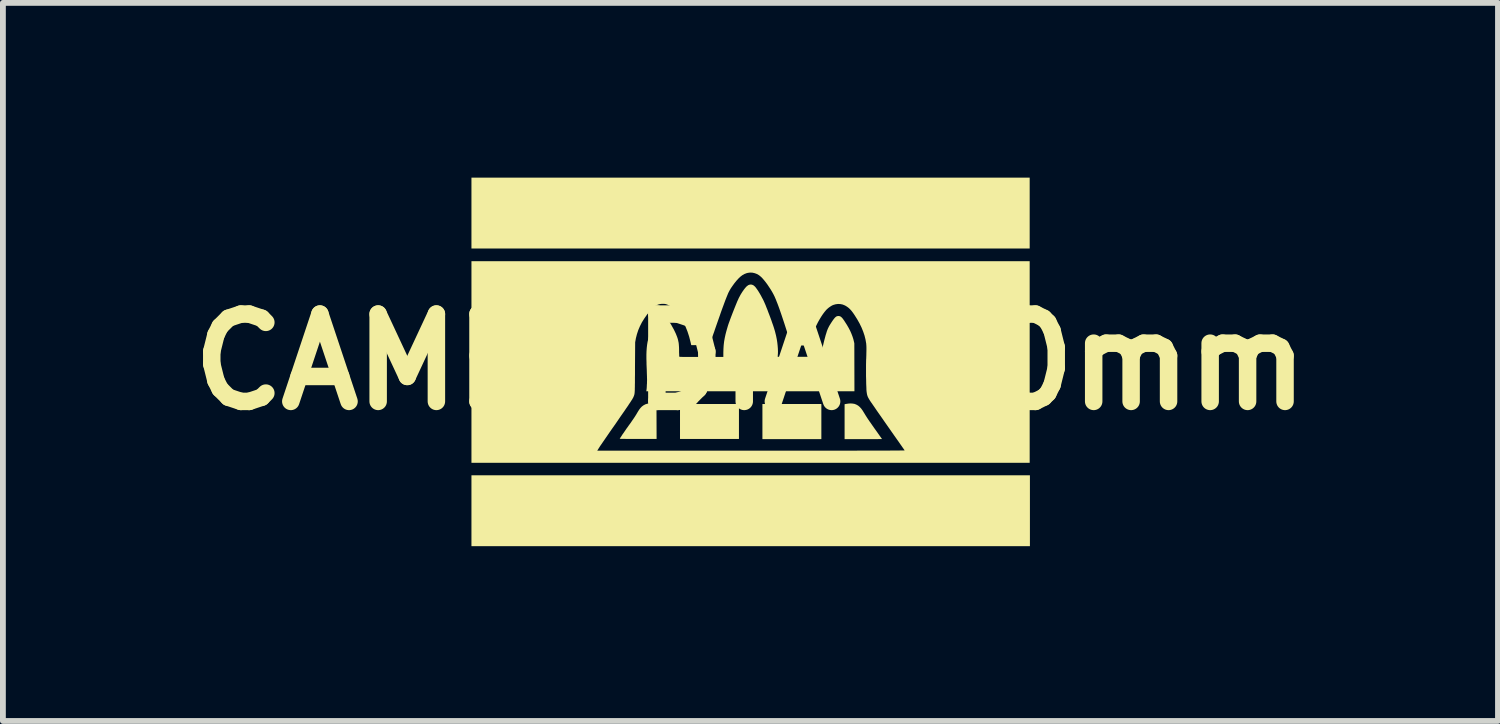
<source format=kicad_pcb>
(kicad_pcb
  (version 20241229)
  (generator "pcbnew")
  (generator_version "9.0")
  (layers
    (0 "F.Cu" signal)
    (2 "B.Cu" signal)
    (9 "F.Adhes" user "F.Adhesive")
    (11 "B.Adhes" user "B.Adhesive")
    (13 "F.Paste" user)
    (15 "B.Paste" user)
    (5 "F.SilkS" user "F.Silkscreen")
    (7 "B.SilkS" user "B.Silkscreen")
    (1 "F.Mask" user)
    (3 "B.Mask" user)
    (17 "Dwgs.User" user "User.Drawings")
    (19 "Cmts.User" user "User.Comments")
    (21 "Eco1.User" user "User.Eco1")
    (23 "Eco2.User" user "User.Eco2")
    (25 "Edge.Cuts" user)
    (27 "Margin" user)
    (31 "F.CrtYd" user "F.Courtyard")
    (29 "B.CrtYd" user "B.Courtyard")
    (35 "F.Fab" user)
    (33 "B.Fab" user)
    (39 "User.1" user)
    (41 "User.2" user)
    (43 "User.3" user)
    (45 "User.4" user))
  (footprint "CAMBODIA 10mm"
    (layer "F.Cu")
    (at 9.836 3.164)
    (property "Reference" "CAMBODIA 10mm" (at 0 0 0) (layer "F.SilkS") (effects (font (size 1.5 1.5) (thickness 0.3))))
    (attr board_only exclude_from_pos_files exclude_from_bom)
    (fp_poly (pts (xy -0.198 1.023) (xy -0.198 1.323) (xy -0.704 1.323) (xy -1.21 1.323) (xy -1.21 1.023) (xy -1.21 0.723) (xy -0.704 0.723) (xy -0.198 0.723)) (stroke (width 0) (type solid)) (fill yes) (layer "F.SilkS"))
    (fp_poly (pts (xy 1.217 1.025) (xy 1.217 1.326) (xy 0.711 1.326) (xy 0.205 1.326) (xy 0.205 1.025) (xy 0.205 0.723) (xy 0.711 0.723) (xy 1.217 0.723)) (stroke (width 0) (type solid)) (fill yes) (layer "F.SilkS"))
    (fp_poly (pts (xy 4.794 -2.556) (xy 4.794 -1.947) (xy 0.002 -1.947) (xy -4.791 -1.947) (xy -4.791 -2.556) (xy -4.791 -3.164) (xy 0.002 -3.164) (xy 4.794 -3.164)) (stroke (width 0) (type solid)) (fill yes) (layer "F.SilkS"))
    (fp_poly (pts (xy 4.798 2.556) (xy 4.798 3.164) (xy 0.004 3.164) (xy -4.791 3.164) (xy -4.791 2.556) (xy -4.791 1.947) (xy 0.004 1.947) (xy 4.798 1.947)) (stroke (width 0) (type solid)) (fill yes) (layer "F.SilkS"))
    (fp_poly (pts (xy 1.757 0.716) (xy 1.791 0.722) (xy 1.792 0.723) (xy 1.821 0.735) (xy 1.849 0.751) (xy 1.875 0.773) (xy 1.9 0.8) (xy 1.925 0.834) (xy 1.944 0.865) (xy 1.96 0.891) (xy 1.977 0.919) (xy 1.996 0.949) (xy 2.017 0.981) (xy 2.04 1.015) (xy 2.067 1.053) (xy 2.096 1.095) (xy 2.129 1.142) (xy 2.157 1.181) (xy 2.177 1.209) (xy 2.195 1.235) (xy 2.212 1.259) (xy 2.227 1.28) (xy 2.239 1.297) (xy 2.249 1.311) (xy 2.255 1.32) (xy 2.258 1.324) (xy 2.258 1.324) (xy 2.254 1.325) (xy 2.244 1.325) (xy 2.228 1.325) (xy 2.207 1.325) (xy 2.18 1.326) (xy 2.149 1.326) (xy 2.113 1.326) (xy 2.074 1.326) (xy 2.032 1.326) (xy 1.988 1.326) (xy 1.941 1.326) (xy 1.937 1.326) (xy 1.616 1.326) (xy 1.616 1.027) (xy 1.616 0.727) (xy 1.634 0.723) (xy 1.678 0.716) (xy 1.719 0.713)) (stroke (width 0) (type solid)) (fill yes) (layer "F.SilkS"))
    (fp_poly (pts (xy -1.703 0.714) (xy -1.676 0.716) (xy -1.652 0.719) (xy -1.639 0.722) (xy -1.614 0.728) (xy -1.613 1.026) (xy -1.612 1.323) (xy -1.93 1.323) (xy -1.986 1.323) (xy -2.036 1.323) (xy -2.079 1.323) (xy -2.117 1.323) (xy -2.149 1.322) (xy -2.175 1.322) (xy -2.197 1.322) (xy -2.214 1.321) (xy -2.227 1.321) (xy -2.236 1.32) (xy -2.242 1.32) (xy -2.245 1.319) (xy -2.245 1.319) (xy -2.238 1.307) (xy -2.227 1.291) (xy -2.214 1.271) (xy -2.199 1.247) (xy -2.181 1.222) (xy -2.163 1.196) (xy -2.145 1.169) (xy -2.127 1.143) (xy -2.109 1.119) (xy -2.094 1.097) (xy -2.059 1.049) (xy -2.029 1.005) (xy -2.002 0.966) (xy -1.979 0.931) (xy -1.959 0.899) (xy -1.944 0.873) (xy -1.927 0.845) (xy -1.913 0.823) (xy -1.899 0.804) (xy -1.886 0.788) (xy -1.871 0.773) (xy -1.867 0.768) (xy -1.836 0.745) (xy -1.804 0.728) (xy -1.772 0.718) (xy -1.753 0.715) (xy -1.729 0.713)) (stroke (width 0) (type solid)) (fill yes) (layer "F.SilkS"))
    (fp_poly (pts (xy 0.021 -1.327) (xy 0.036 -1.322) (xy 0.051 -1.315) (xy 0.066 -1.303) (xy 0.082 -1.288) (xy 0.098 -1.267) (xy 0.116 -1.242) (xy 0.136 -1.212) (xy 0.158 -1.176) (xy 0.182 -1.134) (xy 0.186 -1.126) (xy 0.2 -1.099) (xy 0.215 -1.072) (xy 0.229 -1.043) (xy 0.243 -1.011) (xy 0.258 -0.977) (xy 0.273 -0.938) (xy 0.291 -0.894) (xy 0.309 -0.845) (xy 0.315 -0.83) (xy 0.337 -0.772) (xy 0.356 -0.721) (xy 0.372 -0.674) (xy 0.387 -0.632) (xy 0.4 -0.593) (xy 0.411 -0.557) (xy 0.421 -0.524) (xy 0.429 -0.491) (xy 0.437 -0.46) (xy 0.442 -0.437) (xy 0.452 -0.387) (xy 0.46 -0.335) (xy 0.466 -0.282) (xy 0.47 -0.231) (xy 0.472 -0.183) (xy 0.471 -0.14) (xy 0.47 -0.133) (xy 0.467 -0.088) (xy 0.833 -0.088) (xy 0.892 -0.088) (xy 0.944 -0.088) (xy 0.99 -0.088) (xy 1.03 -0.088) (xy 1.065 -0.088) (xy 1.095 -0.089) (xy 1.12 -0.089) (xy 1.14 -0.089) (xy 1.157 -0.089) (xy 1.17 -0.09) (xy 1.181 -0.09) (xy 1.188 -0.091) (xy 1.194 -0.091) (xy 1.197 -0.092) (xy 1.2 -0.093) (xy 1.201 -0.094) (xy 1.201 -0.094) (xy 1.202 -0.099) (xy 1.205 -0.11) (xy 1.209 -0.126) (xy 1.214 -0.147) (xy 1.219 -0.171) (xy 1.226 -0.198) (xy 1.233 -0.228) (xy 1.234 -0.234) (xy 1.248 -0.29) (xy 1.26 -0.341) (xy 1.271 -0.385) (xy 1.282 -0.425) (xy 1.291 -0.46) (xy 1.301 -0.49) (xy 1.309 -0.518) (xy 1.318 -0.543) (xy 1.327 -0.566) (xy 1.337 -0.587) (xy 1.347 -0.607) (xy 1.358 -0.627) (xy 1.37 -0.646) (xy 1.383 -0.667) (xy 1.396 -0.687) (xy 1.415 -0.715) (xy 1.432 -0.738) (xy 1.447 -0.756) (xy 1.46 -0.769) (xy 1.472 -0.778) (xy 1.484 -0.784) (xy 1.497 -0.787) (xy 1.509 -0.788) (xy 1.524 -0.787) (xy 1.537 -0.783) (xy 1.55 -0.777) (xy 1.563 -0.766) (xy 1.577 -0.752) (xy 1.592 -0.732) (xy 1.61 -0.707) (xy 1.62 -0.691) (xy 1.656 -0.635) (xy 1.686 -0.583) (xy 1.712 -0.533) (xy 1.733 -0.485) (xy 1.751 -0.438) (xy 1.766 -0.392) (xy 1.775 -0.355) (xy 1.783 -0.319) (xy 1.784 0.093) (xy 1.785 0.504) (xy -0.002 0.504) (xy -1.789 0.504) (xy -1.787 0.493) (xy -1.785 0.48) (xy -1.784 0.467) (xy -1.782 0.453) (xy -1.781 0.436) (xy -1.78 0.415) (xy -1.779 0.389) (xy -1.778 0.379) (xy -1.777 0.365) (xy -1.777 0.352) (xy -1.777 0.339) (xy -1.776 0.325) (xy -1.776 0.311) (xy -1.776 0.294) (xy -1.777 0.276) (xy -1.777 0.255) (xy -1.778 0.23) (xy -1.779 0.201) (xy -1.78 0.168) (xy -1.781 0.13) (xy -1.783 0.086) (xy -1.785 0.036) (xy -1.785 0.013) (xy -1.787 -0.059) (xy -1.787 -0.125) (xy -1.785 -0.185) (xy -1.781 -0.241) (xy -1.775 -0.294) (xy -1.767 -0.343) (xy -1.757 -0.386) (xy -1.746 -0.429) (xy -1.733 -0.469) (xy -1.717 -0.508) (xy -1.699 -0.548) (xy -1.677 -0.591) (xy -1.658 -0.624) (xy -1.64 -0.656) (xy -1.624 -0.682) (xy -1.609 -0.704) (xy -1.596 -0.722) (xy -1.584 -0.738) (xy -1.572 -0.751) (xy -1.55 -0.771) (xy -1.529 -0.784) (xy -1.509 -0.79) (xy -1.489 -0.789) (xy -1.469 -0.781) (xy -1.45 -0.765) (xy -1.431 -0.743) (xy -1.429 -0.741) (xy -1.407 -0.71) (xy -1.384 -0.674) (xy -1.361 -0.637) (xy -1.339 -0.597) (xy -1.317 -0.558) (xy -1.298 -0.519) (xy -1.281 -0.483) (xy -1.268 -0.45) (xy -1.26 -0.43) (xy -1.251 -0.403) (xy -1.244 -0.378) (xy -1.239 -0.354) (xy -1.234 -0.331) (xy -1.231 -0.307) (xy -1.229 -0.28) (xy -1.227 -0.25) (xy -1.226 -0.215) (xy -1.226 -0.191) (xy -1.226 -0.165) (xy -1.225 -0.142) (xy -1.224 -0.122) (xy -1.224 -0.106) (xy -1.223 -0.095) (xy -1.222 -0.091) (xy -1.222 -0.09) (xy -1.22 -0.089) (xy -1.218 -0.088) (xy -1.213 -0.088) (xy -1.207 -0.087) (xy -1.198 -0.086) (xy -1.187 -0.086) (xy -1.172 -0.086) (xy -1.154 -0.085) (xy -1.132 -0.085) (xy -1.106 -0.085) (xy -1.075 -0.085) (xy -1.038 -0.085) (xy -0.997 -0.085) (xy -0.949 -0.085) (xy -0.895 -0.085) (xy -0.843 -0.085) (xy -0.466 -0.085) (xy -0.466 -0.161) (xy -0.464 -0.226) (xy -0.46 -0.287) (xy -0.453 -0.348) (xy -0.442 -0.41) (xy -0.428 -0.475) (xy -0.427 -0.478) (xy -0.418 -0.513) (xy -0.409 -0.546) (xy -0.399 -0.58) (xy -0.389 -0.615) (xy -0.377 -0.652) (xy -0.363 -0.69) (xy -0.348 -0.732) (xy -0.331 -0.777) (xy -0.312 -0.827) (xy -0.29 -0.883) (xy -0.274 -0.923) (xy -0.256 -0.968) (xy -0.24 -1.007) (xy -0.226 -1.041) (xy -0.212 -1.071) (xy -0.2 -1.098) (xy -0.187 -1.122) (xy -0.175 -1.145) (xy -0.163 -1.166) (xy -0.149 -1.188) (xy -0.137 -1.207) (xy -0.113 -1.241) (xy -0.092 -1.268) (xy -0.073 -1.29) (xy -0.054 -1.306) (xy -0.037 -1.318) (xy -0.019 -1.325) (xy -0.001 -1.328) (xy 0.005 -1.328)) (stroke (width 0) (type solid)) (fill yes) (layer "F.SilkS"))
    (fp_poly (pts (xy 4.794 0.002) (xy 4.794 1.732) (xy 0.002 1.732) (xy -4.791 1.732) (xy -4.791 1.524) (xy -2.631 1.524) (xy 0.009 1.524) (xy 0.178 1.524) (xy 0.341 1.524) (xy 0.496 1.524) (xy 0.645 1.524) (xy 0.787 1.524) (xy 0.923 1.524) (xy 1.052 1.524) (xy 1.175 1.524) (xy 1.293 1.524) (xy 1.404 1.524) (xy 1.51 1.524) (xy 1.61 1.524) (xy 1.704 1.524) (xy 1.793 1.524) (xy 1.877 1.523) (xy 1.956 1.523) (xy 2.029 1.523) (xy 2.098 1.523) (xy 2.162 1.523) (xy 2.222 1.523) (xy 2.276 1.523) (xy 2.327 1.523) (xy 2.373 1.523) (xy 2.415 1.522) (xy 2.454 1.522) (xy 2.488 1.522) (xy 2.518 1.522) (xy 2.545 1.522) (xy 2.569 1.521) (xy 2.589 1.521) (xy 2.606 1.521) (xy 2.62 1.521) (xy 2.631 1.521) (xy 2.639 1.52) (xy 2.644 1.52) (xy 2.647 1.52) (xy 2.647 1.52) (xy 2.645 1.516) (xy 2.639 1.507) (xy 2.629 1.493) (xy 2.616 1.475) (xy 2.601 1.453) (xy 2.582 1.426) (xy 2.562 1.397) (xy 2.539 1.364) (xy 2.514 1.329) (xy 2.488 1.292) (xy 2.461 1.254) (xy 2.455 1.245) (xy 2.398 1.164) (xy 2.345 1.088) (xy 2.296 1.018) (xy 2.251 0.953) (xy 2.209 0.893) (xy 2.171 0.839) (xy 2.137 0.789) (xy 2.106 0.744) (xy 2.079 0.705) (xy 2.069 0.691) (xy 2.049 0.661) (xy 2.033 0.634) (xy 2.02 0.611) (xy 2.01 0.588) (xy 2.003 0.565) (xy 1.998 0.54) (xy 1.994 0.513) (xy 1.991 0.481) (xy 1.99 0.443) (xy 1.99 0.443) (xy 1.987 0.375) (xy 1.986 0.308) (xy 1.984 0.241) (xy 1.984 0.176) (xy 1.984 0.114) (xy 1.984 0.056) (xy 1.985 0.003) (xy 1.986 -0.044) (xy 1.987 -0.049) (xy 1.989 -0.108) (xy 1.99 -0.16) (xy 1.991 -0.205) (xy 1.991 -0.244) (xy 1.99 -0.276) (xy 1.988 -0.303) (xy 1.987 -0.316) (xy 1.975 -0.385) (xy 1.958 -0.453) (xy 1.935 -0.521) (xy 1.907 -0.59) (xy 1.873 -0.66) (xy 1.833 -0.731) (xy 1.787 -0.804) (xy 1.761 -0.842) (xy 1.736 -0.875) (xy 1.712 -0.902) (xy 1.688 -0.925) (xy 1.663 -0.944) (xy 1.637 -0.961) (xy 1.62 -0.97) (xy 1.583 -0.985) (xy 1.544 -0.993) (xy 1.504 -0.995) (xy 1.464 -0.99) (xy 1.425 -0.979) (xy 1.401 -0.969) (xy 1.375 -0.953) (xy 1.347 -0.934) (xy 1.321 -0.912) (xy 1.297 -0.889) (xy 1.297 -0.888) (xy 1.271 -0.857) (xy 1.244 -0.821) (xy 1.216 -0.779) (xy 1.188 -0.733) (xy 1.16 -0.684) (xy 1.138 -0.64) (xy 1.109 -0.58) (xy 1.086 -0.523) (xy 1.066 -0.468) (xy 1.049 -0.411) (xy 1.036 -0.353) (xy 1.031 -0.331) (xy 1.022 -0.282) (xy 0.863 -0.282) (xy 0.703 -0.282) (xy 0.696 -0.306) (xy 0.693 -0.314) (xy 0.688 -0.328) (xy 0.682 -0.347) (xy 0.675 -0.371) (xy 0.666 -0.398) (xy 0.656 -0.429) (xy 0.645 -0.462) (xy 0.634 -0.497) (xy 0.629 -0.512) (xy 0.603 -0.593) (xy 0.579 -0.668) (xy 0.556 -0.737) (xy 0.535 -0.8) (xy 0.515 -0.858) (xy 0.497 -0.91) (xy 0.48 -0.957) (xy 0.464 -1) (xy 0.449 -1.037) (xy 0.436 -1.071) (xy 0.423 -1.101) (xy 0.414 -1.122) (xy 0.394 -1.162) (xy 0.371 -1.204) (xy 0.345 -1.247) (xy 0.317 -1.289) (xy 0.289 -1.331) (xy 0.26 -1.37) (xy 0.231 -1.406) (xy 0.204 -1.437) (xy 0.18 -1.461) (xy 0.147 -1.488) (xy 0.111 -1.509) (xy 0.074 -1.523) (xy 0.035 -1.532) (xy -0.005 -1.534) (xy -0.044 -1.529) (xy -0.065 -1.524) (xy -0.104 -1.509) (xy -0.141 -1.488) (xy -0.177 -1.46) (xy -0.21 -1.428) (xy -0.244 -1.39) (xy -0.277 -1.349) (xy -0.308 -1.306) (xy -0.337 -1.264) (xy -0.361 -1.223) (xy -0.381 -1.184) (xy -0.382 -1.182) (xy -0.391 -1.16) (xy -0.402 -1.133) (xy -0.415 -1.101) (xy -0.43 -1.063) (xy -0.446 -1.02) (xy -0.464 -0.971) (xy -0.484 -0.917) (xy -0.506 -0.856) (xy -0.529 -0.789) (xy -0.555 -0.716) (xy -0.583 -0.636) (xy -0.613 -0.55) (xy -0.624 -0.516) (xy -0.638 -0.478) (xy -0.65 -0.442) (xy -0.662 -0.408) (xy -0.673 -0.378) (xy -0.682 -0.351) (xy -0.69 -0.328) (xy -0.697 -0.31) (xy -0.702 -0.297) (xy -0.704 -0.29) (xy -0.705 -0.288) (xy -0.709 -0.288) (xy -0.719 -0.287) (xy -0.735 -0.287) (xy -0.756 -0.287) (xy -0.781 -0.287) (xy -0.809 -0.286) (xy -0.84 -0.286) (xy -0.862 -0.287) (xy -1.017 -0.288) (xy -1.029 -0.34) (xy -1.053 -0.434) (xy -1.082 -0.523) (xy -1.116 -0.608) (xy -1.156 -0.688) (xy -1.201 -0.764) (xy -1.211 -0.778) (xy -1.241 -0.821) (xy -1.268 -0.858) (xy -1.295 -0.889) (xy -1.321 -0.916) (xy -1.347 -0.938) (xy -1.373 -0.956) (xy -1.399 -0.97) (xy -1.429 -0.984) (xy -1.457 -0.993) (xy -1.485 -0.997) (xy -1.515 -0.997) (xy -1.52 -0.997) (xy -1.555 -0.993) (xy -1.587 -0.984) (xy -1.618 -0.97) (xy -1.648 -0.951) (xy -1.678 -0.925) (xy -1.709 -0.893) (xy -1.72 -0.881) (xy -1.775 -0.814) (xy -1.822 -0.747) (xy -1.864 -0.68) (xy -1.898 -0.613) (xy -1.927 -0.545) (xy -1.95 -0.475) (xy -1.968 -0.404) (xy -1.971 -0.386) (xy -1.98 -0.337) (xy -1.983 0.09) (xy -1.983 0.156) (xy -1.983 0.215) (xy -1.984 0.267) (xy -1.984 0.314) (xy -1.984 0.356) (xy -1.985 0.392) (xy -1.985 0.424) (xy -1.986 0.451) (xy -1.986 0.475) (xy -1.987 0.495) (xy -1.988 0.511) (xy -1.989 0.526) (xy -1.99 0.538) (xy -1.992 0.548) (xy -1.993 0.556) (xy -1.995 0.564) (xy -1.997 0.57) (xy -1.999 0.577) (xy -2.001 0.583) (xy -2.004 0.59) (xy -2.006 0.595) (xy -2.009 0.601) (xy -2.011 0.607) (xy -2.014 0.613) (xy -2.018 0.62) (xy -2.022 0.627) (xy -2.027 0.636) (xy -2.033 0.647) (xy -2.041 0.658) (xy -2.05 0.672) (xy -2.06 0.688) (xy -2.072 0.706) (xy -2.086 0.726) (xy -2.101 0.75) (xy -2.119 0.776) (xy -2.14 0.806) (xy -2.162 0.839) (xy -2.188 0.876) (xy -2.216 0.916) (xy -2.247 0.961) (xy -2.281 1.011) (xy -2.318 1.065) (xy -2.359 1.123) (xy -2.404 1.187) (xy -2.452 1.257) (xy -2.496 1.321) (xy -2.515 1.349) (xy -2.534 1.376) (xy -2.552 1.403) (xy -2.569 1.427) (xy -2.584 1.449) (xy -2.595 1.467) (xy -2.604 1.48) (xy -2.604 1.481) (xy -2.631 1.524) (xy -4.791 1.524) (xy -4.791 0.002) (xy -4.791 -1.729) (xy 0.002 -1.729) (xy 4.794 -1.729)) (stroke (width 0) (type solid)) (fill yes) (layer "F.SilkS")))
  (gr_rect
    (start -3 -3)
    (end 22.671 9.329)
    (stroke (width 0.1) (type default))
    (fill no)
    (layer "Edge.Cuts")))
</source>
